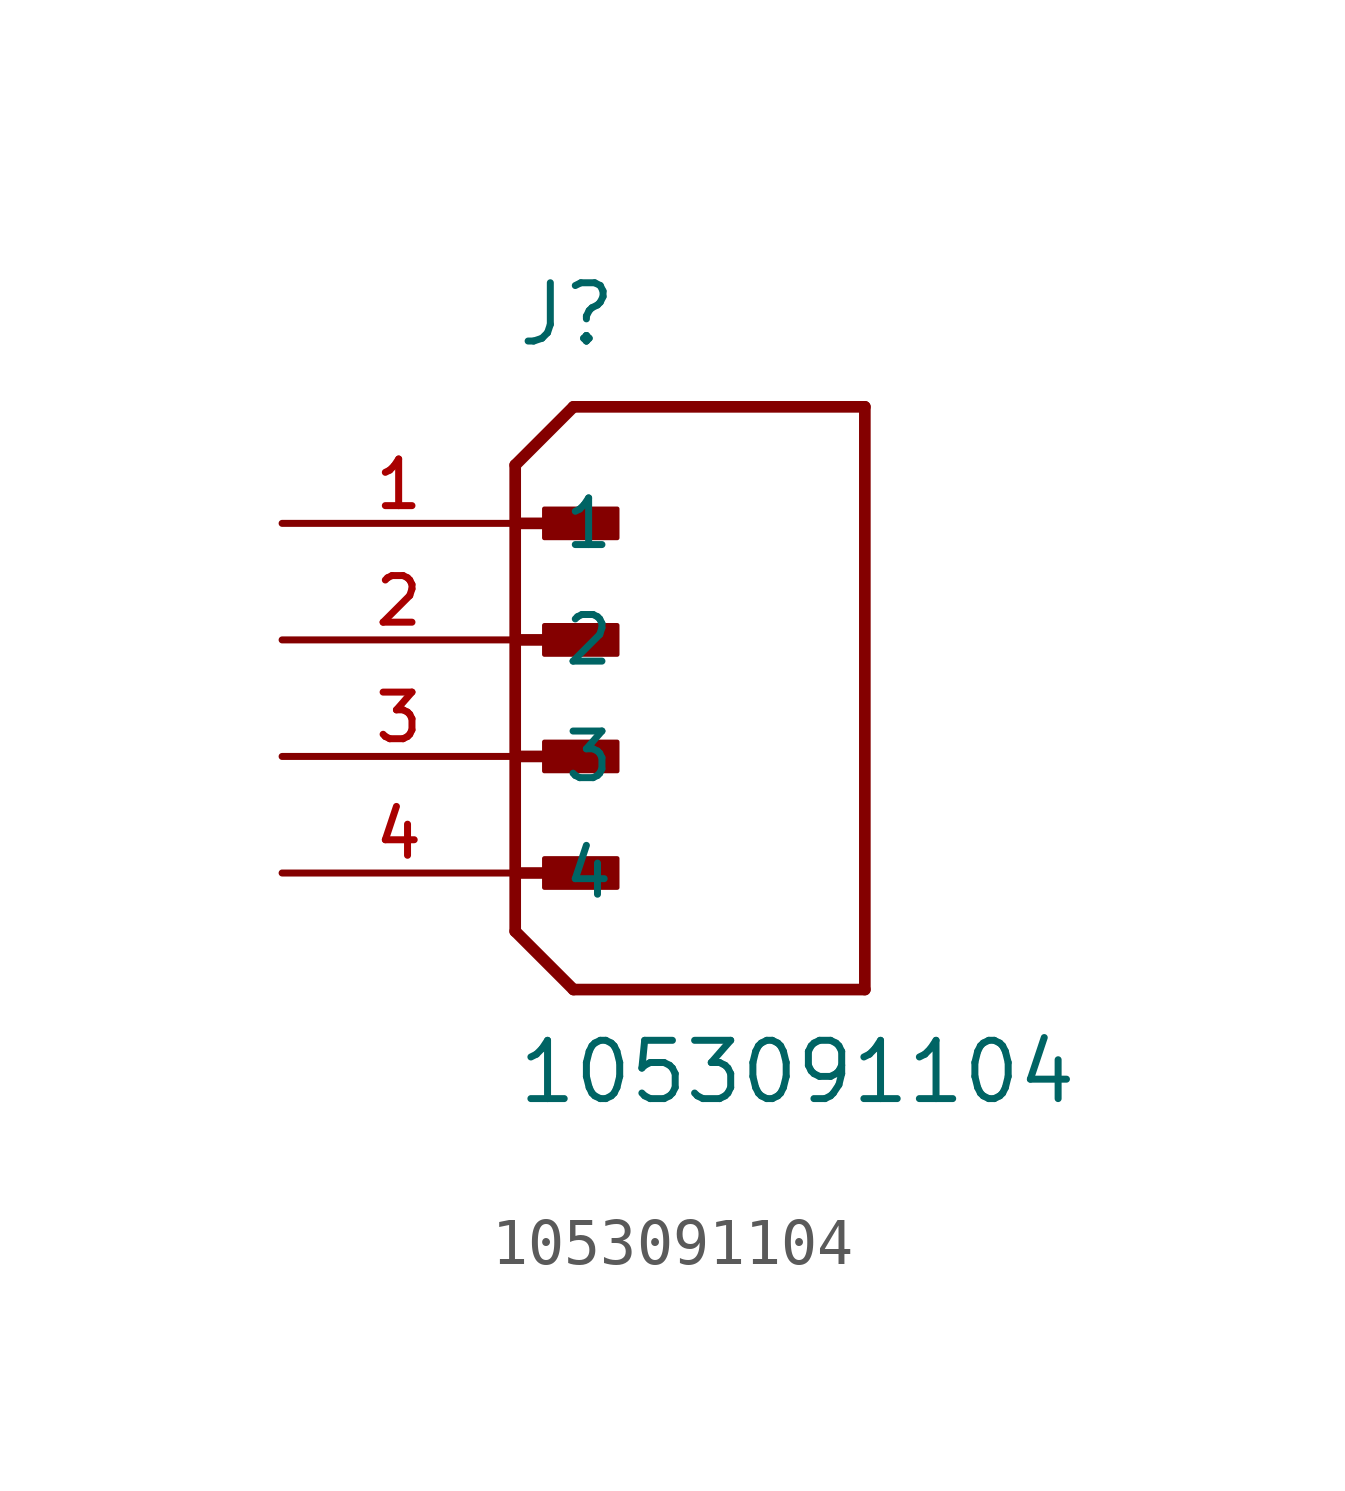
<source format=kicad_sym>
(kicad_symbol_lib
  (version 20231120)
  (generator "kicad_symbol_editor")
  (generator_version "8.0")
  (symbol "1053091104"
    (pin_names
      (offset 1.016))
    (property "Reference" "J"
      (at 0 6.35 0)
      (effects (font (size 1.27 1.27)) (justify left bottom)))
    (property "Value" "1053091104"
      (at 0 -10.16 0)
      (effects (font (size 1.27 1.27)) (justify left bottom)))
    (symbol "1053091104_0_0"
      (polyline (pts (xy 0 -6.35) (xy 1.27 -7.62)) (stroke (width 0.254) (type default)) (fill (type none)))
      (polyline (pts (xy 0 -5.08) (xy 1.905 -5.08)) (stroke (width 0.254) (type default)) (fill (type none)))
      (polyline (pts (xy 0 -2.54) (xy 1.905 -2.54)) (stroke (width 0.254) (type default)) (fill (type none)))
      (polyline (pts (xy 0 0) (xy 1.905 0)) (stroke (width 0.254) (type default)) (fill (type none)))
      (polyline (pts (xy 0 2.54) (xy 1.905 2.54)) (stroke (width 0.254) (type default)) (fill (type none)))
      (polyline (pts (xy 0 3.81) (xy 0 -6.35)) (stroke (width 0.254) (type default)) (fill (type none)))
      (polyline (pts (xy 0 3.81) (xy 1.27 5.08)) (stroke (width 0.254) (type default)) (fill (type none)))
      (polyline (pts (xy 1.27 -7.62) (xy 7.62 -7.62)) (stroke (width 0.254) (type default)) (fill (type none)))
      (polyline (pts (xy 7.62 -7.62) (xy 7.62 5.08)) (stroke (width 0.254) (type default)) (fill (type none)))
      (polyline (pts (xy 7.62 5.08) (xy 1.27 5.08)) (stroke (width 0.254) (type default)) (fill (type none)))
      (rectangle (start 0.635 -5.397) (end 2.223 -4.763) (stroke (width 0.1) (type default)) (fill (type outline)))
      (rectangle (start 0.635 -2.857) (end 2.223 -2.223) (stroke (width 0.1) (type default)) (fill (type outline)))
      (rectangle (start 0.635 -0.318) (end 2.223 0.318) (stroke (width 0.1) (type default)) (fill (type outline)))
      (rectangle (start 0.635 2.223) (end 2.223 2.857) (stroke (width 0.1) (type default)) (fill (type outline)))
      (pin passive line (at -5.08 2.54 0) (length 5.08) (name "1" (effects (font (size 1.016 1.016)))) (number "1" (effects (font (size 1.016 1.016)))))
      (pin passive line (at -5.08 0 0) (length 5.08) (name "2" (effects (font (size 1.016 1.016)))) (number "2" (effects (font (size 1.016 1.016)))))
      (pin passive line (at -5.08 -2.54 0) (length 5.08) (name "3" (effects (font (size 1.016 1.016)))) (number "3" (effects (font (size 1.016 1.016)))))
      (pin passive line (at -5.08 -5.08 0) (length 5.08) (name "4" (effects (font (size 1.016 1.016)))) (number "4" (effects (font (size 1.016 1.016))))))))
</source>
